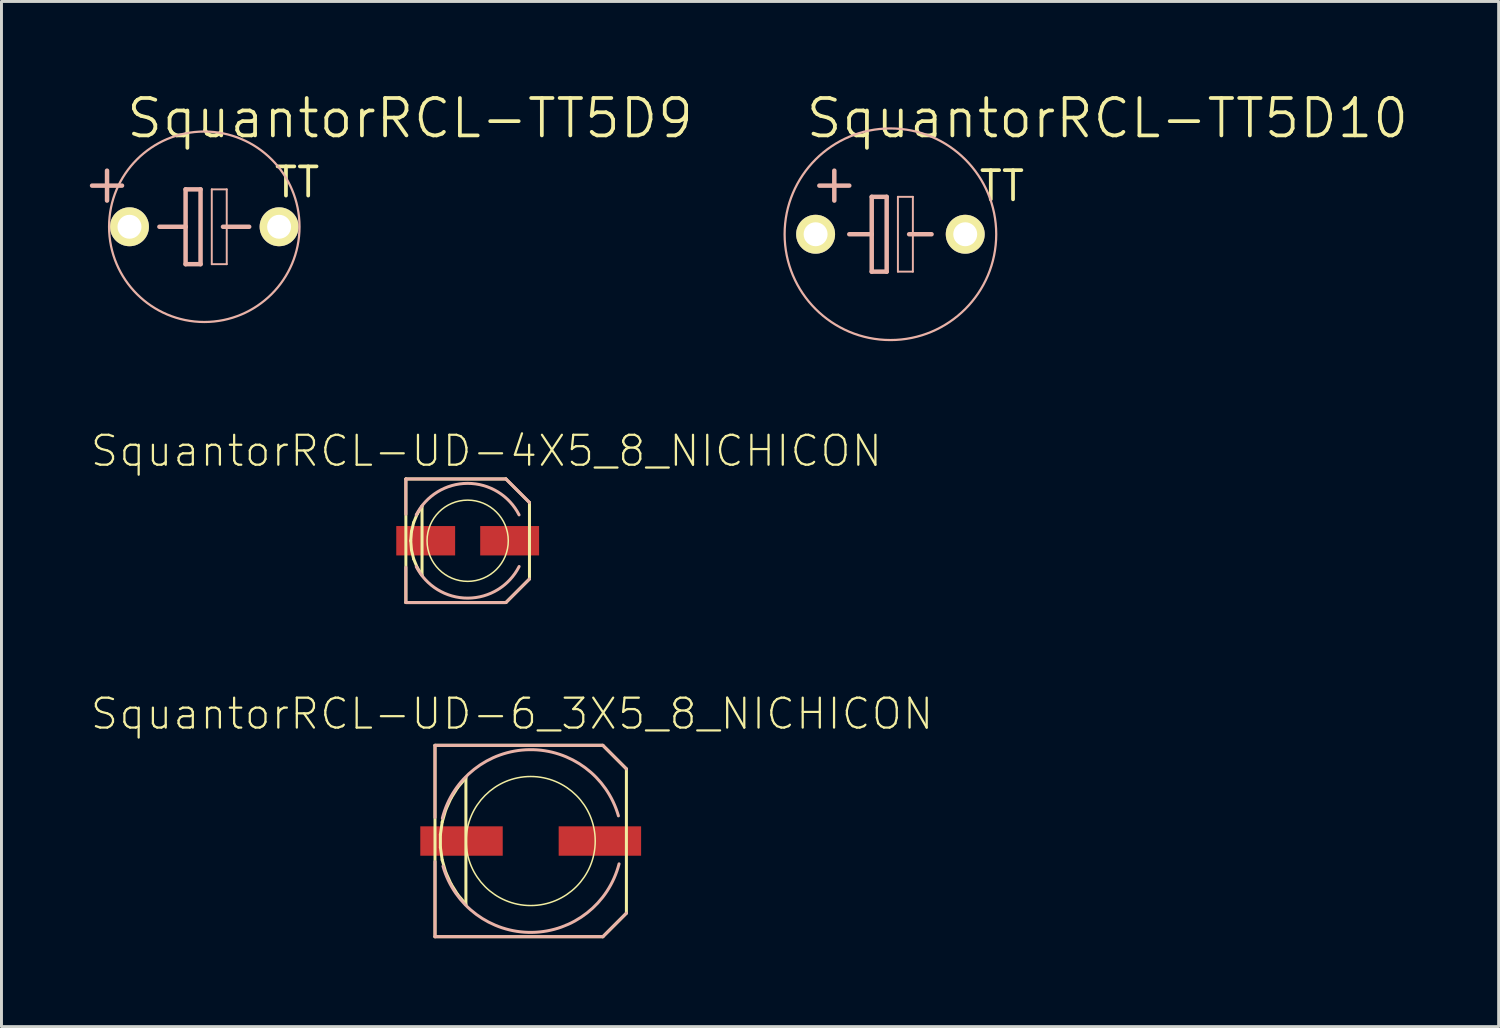
<source format=kicad_pcb>
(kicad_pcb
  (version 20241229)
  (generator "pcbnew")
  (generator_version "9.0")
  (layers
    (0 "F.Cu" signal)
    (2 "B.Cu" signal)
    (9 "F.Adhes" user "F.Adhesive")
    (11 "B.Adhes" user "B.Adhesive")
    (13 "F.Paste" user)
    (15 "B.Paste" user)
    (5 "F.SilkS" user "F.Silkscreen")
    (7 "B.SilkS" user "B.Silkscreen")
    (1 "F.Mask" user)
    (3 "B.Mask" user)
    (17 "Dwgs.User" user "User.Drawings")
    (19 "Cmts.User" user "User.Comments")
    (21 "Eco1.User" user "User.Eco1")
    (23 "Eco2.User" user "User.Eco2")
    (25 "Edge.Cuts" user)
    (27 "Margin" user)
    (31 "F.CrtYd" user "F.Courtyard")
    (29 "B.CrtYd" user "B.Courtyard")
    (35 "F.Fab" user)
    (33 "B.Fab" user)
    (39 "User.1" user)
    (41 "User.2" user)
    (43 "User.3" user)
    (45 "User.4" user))
  (footprint "SquantorRCL-TT5D9"
    (layer "F.Cu")
    (at 3.886 4.649)
    (property "Reference" "SquantorRCL-TT5D9" (at 6.985 -3.683 0) (layer "F.SilkS") (effects (font (size 1.27 1.27) (thickness 0.127))))
    (attr exclude_from_pos_files exclude_from_bom)
    (fp_line (start -3.302 -1.905) (end -3.302 -0.889) (stroke (width 0.152) (type solid)) (layer "B.SilkS"))
    (fp_line (start -2.794 -1.397) (end -3.81 -1.397) (stroke (width 0.152) (type solid)) (layer "B.SilkS"))
    (fp_line (start -1.524 0) (end -0.635 0) (stroke (width 0.152) (type solid)) (layer "B.SilkS"))
    (fp_line (start -0.635 -1.27) (end -0.635 0) (stroke (width 0.152) (type solid)) (layer "B.SilkS"))
    (fp_line (start -0.635 0) (end -0.635 1.27) (stroke (width 0.152) (type solid)) (layer "B.SilkS"))
    (fp_line (start -0.635 1.27) (end -0.127 1.27) (stroke (width 0.152) (type solid)) (layer "B.SilkS"))
    (fp_line (start -0.127 -1.27) (end -0.635 -1.27) (stroke (width 0.152) (type solid)) (layer "B.SilkS"))
    (fp_line (start -0.127 1.27) (end -0.127 -1.27) (stroke (width 0.152) (type solid)) (layer "B.SilkS"))
    (fp_line (start 0.254 -1.27) (end 0.762 -1.27) (stroke (width 0.066) (type solid)) (layer "B.SilkS"))
    (fp_line (start 0.254 1.27) (end 0.254 -1.27) (stroke (width 0.066) (type solid)) (layer "B.SilkS"))
    (fp_line (start 0.254 1.27) (end 0.762 1.27) (stroke (width 0.066) (type solid)) (layer "B.SilkS"))
    (fp_line (start 0.635 0) (end 1.524 0) (stroke (width 0.152) (type solid)) (layer "B.SilkS"))
    (fp_line (start 0.762 1.27) (end 0.762 -1.27) (stroke (width 0.066) (type solid)) (layer "B.SilkS"))
    (fp_circle (center 0 0) (end -2.286 2.286) (stroke (width 0.076) (type solid)) (fill no) (layer "B.SilkS"))
    (fp_text user "TT" (at 3.15 -1.511 0) (layer "F.SilkS") (effects (font (size 0.991 0.991) (thickness 0.127))))
    (pad "+" thru_hole circle (at -2.54 0) (size 1.321 1.321) (drill 0.813) (layers "*.Cu" "F.Mask" "F.SilkS" "F.Paste"))
    (pad "-" thru_hole circle (at 2.54 0) (size 1.321 1.321) (drill 0.813) (layers "*.Cu" "F.Mask" "F.SilkS" "F.Paste")))
  (footprint "SquantorRCL-UD-4X5_8_NICHICON"
    (layer "F.Cu")
    (at 12.828 15.309)
    (property "Reference" "SquantorRCL-UD-4X5_8_NICHICON" (at 0.635 -3.048 0) (layer "F.SilkS") (effects (font (size 1.016 1.016) (thickness 0.076))))
    (attr smd)
    (fp_line (start -2.098 -2.098) (end 1.298 -2.098) (stroke (width 0.102) (type solid)) (layer "F.SilkS"))
    (fp_line (start -2.098 2.098) (end -2.098 -2.098) (stroke (width 0.102) (type solid)) (layer "F.SilkS"))
    (fp_line (start -1.933 0) (end -1.908 0.312) (stroke (width 0.102) (type solid)) (layer "F.SilkS"))
    (fp_line (start -1.908 -0.312) (end -1.933 0) (stroke (width 0.102) (type solid)) (layer "F.SilkS"))
    (fp_line (start -1.908 0.312) (end -1.834 0.617) (stroke (width 0.102) (type solid)) (layer "F.SilkS"))
    (fp_line (start -1.834 -0.617) (end -1.908 -0.312) (stroke (width 0.102) (type solid)) (layer "F.SilkS"))
    (fp_line (start -1.834 0.617) (end -1.714 0.907) (stroke (width 0.102) (type solid)) (layer "F.SilkS"))
    (fp_line (start -1.714 -0.907) (end -1.834 -0.617) (stroke (width 0.102) (type solid)) (layer "F.SilkS"))
    (fp_line (start -1.714 0.907) (end -1.549 1.173) (stroke (width 0.102) (type solid)) (layer "F.SilkS"))
    (fp_line (start -1.549 -1.173) (end -1.714 -0.907) (stroke (width 0.102) (type solid)) (layer "F.SilkS"))
    (fp_line (start -1.549 1.173) (end -1.549 -1.173) (stroke (width 0.102) (type solid)) (layer "F.SilkS"))
    (fp_line (start 1.298 -2.098) (end 2.098 -1.298) (stroke (width 0.102) (type solid)) (layer "F.SilkS"))
    (fp_line (start 1.298 2.098) (end -2.098 2.098) (stroke (width 0.102) (type solid)) (layer "F.SilkS"))
    (fp_line (start 2.098 -1.298) (end 2.098 1.298) (stroke (width 0.102) (type solid)) (layer "F.SilkS"))
    (fp_line (start 2.098 1.298) (end 1.298 2.098) (stroke (width 0.102) (type solid)) (layer "F.SilkS"))
    (fp_circle (center 0 0) (end -0.975 0.975) (stroke (width 0.051) (type solid)) (fill no) (layer "F.SilkS"))
    (fp_line (start -2.098 -2.098) (end 1.298 -2.098) (stroke (width 0.102) (type solid)) (layer "B.SilkS"))
    (fp_line (start -2.098 -0.899) (end -2.098 -2.098) (stroke (width 0.102) (type solid)) (layer "B.SilkS"))
    (fp_line (start -2.098 2.098) (end -2.098 0.899) (stroke (width 0.102) (type solid)) (layer "B.SilkS"))
    (fp_line (start 1.298 -2.098) (end 2.098 -1.298) (stroke (width 0.102) (type solid)) (layer "B.SilkS"))
    (fp_line (start 1.298 2.098) (end -2.098 2.098) (stroke (width 0.102) (type solid)) (layer "B.SilkS"))
    (fp_line (start 2.098 1.298) (end 1.298 2.098) (stroke (width 0.102) (type solid)) (layer "B.SilkS"))
    (fp_arc (start -1.74752 -0.87376) (mid -0.002361 -1.94819) (end 1.745384 -0.877971) (stroke (width 0.1016) (type solid)) (layer "B.SilkS"))
    (fp_arc (start 1.74752 0.87376) (mid 0.002361 1.94819) (end -1.745384 0.877971) (stroke (width 0.1016) (type solid)) (layer "B.SilkS"))
    (pad "+" smd rect (at 1.425 0) (size 1.999 0.998) (layers "F.Cu" "F.Mask" "F.Paste"))
    (pad "-" smd rect (at -1.425 0) (size 1.999 0.998) (layers "F.Cu" "F.Mask" "F.Paste")))
  (footprint "SquantorRCL-UD-6_3X5_8_NICHICON"
    (layer "F.Cu")
    (at 14.968 25.504)
    (property "Reference" "SquantorRCL-UD-6_3X5_8_NICHICON" (at -0.635 -4.318 0) (layer "F.SilkS") (effects (font (size 1.016 1.016) (thickness 0.076))))
    (attr smd)
    (fp_line (start -3.249 -3.249) (end 2.449 -3.249) (stroke (width 0.102) (type solid)) (layer "F.SilkS"))
    (fp_line (start -3.249 3.249) (end -3.249 -3.249) (stroke (width 0.102) (type solid)) (layer "F.SilkS"))
    (fp_line (start -3.066 -0.216) (end -3.066 0.216) (stroke (width 0.102) (type solid)) (layer "F.SilkS"))
    (fp_line (start -3.066 0.216) (end -3.005 0.643) (stroke (width 0.102) (type solid)) (layer "F.SilkS"))
    (fp_line (start -3.005 -0.643) (end -3.066 -0.216) (stroke (width 0.102) (type solid)) (layer "F.SilkS"))
    (fp_line (start -3.005 0.643) (end -2.885 1.059) (stroke (width 0.102) (type solid)) (layer "F.SilkS"))
    (fp_line (start -2.885 -1.059) (end -3.005 -0.643) (stroke (width 0.102) (type solid)) (layer "F.SilkS"))
    (fp_line (start -2.885 1.059) (end -2.708 1.453) (stroke (width 0.102) (type solid)) (layer "F.SilkS"))
    (fp_line (start -2.708 -1.453) (end -2.885 -1.059) (stroke (width 0.102) (type solid)) (layer "F.SilkS"))
    (fp_line (start -2.708 1.453) (end -2.479 1.819) (stroke (width 0.102) (type solid)) (layer "F.SilkS"))
    (fp_line (start -2.479 -1.819) (end -2.708 -1.453) (stroke (width 0.102) (type solid)) (layer "F.SilkS"))
    (fp_line (start -2.479 1.819) (end -2.2 2.149) (stroke (width 0.102) (type solid)) (layer "F.SilkS"))
    (fp_line (start -2.2 -2.149) (end -2.479 -1.819) (stroke (width 0.102) (type solid)) (layer "F.SilkS"))
    (fp_line (start -2.2 2.149) (end -2.2 -2.149) (stroke (width 0.102) (type solid)) (layer "F.SilkS"))
    (fp_line (start 2.449 -3.249) (end 3.249 -2.449) (stroke (width 0.102) (type solid)) (layer "F.SilkS"))
    (fp_line (start 2.449 3.249) (end -3.249 3.249) (stroke (width 0.102) (type solid)) (layer "F.SilkS"))
    (fp_line (start 3.249 -2.449) (end 3.249 2.449) (stroke (width 0.102) (type solid)) (layer "F.SilkS"))
    (fp_line (start 3.249 2.449) (end 2.449 3.249) (stroke (width 0.102) (type solid)) (layer "F.SilkS"))
    (fp_circle (center 0 0) (end -1.549 1.549) (stroke (width 0.051) (type solid)) (fill no) (layer "F.SilkS"))
    (fp_line (start -3.249 -3.249) (end 2.449 -3.249) (stroke (width 0.102) (type solid)) (layer "B.SilkS"))
    (fp_line (start -3.249 -0.798) (end -3.249 -3.249) (stroke (width 0.102) (type solid)) (layer "B.SilkS"))
    (fp_line (start -3.249 3.249) (end -3.249 0.699) (stroke (width 0.102) (type solid)) (layer "B.SilkS"))
    (fp_line (start 2.449 -3.249) (end 3.249 -2.449) (stroke (width 0.102) (type solid)) (layer "B.SilkS"))
    (fp_line (start 2.449 3.249) (end -3.249 3.249) (stroke (width 0.102) (type solid)) (layer "B.SilkS"))
    (fp_line (start 3.249 2.449) (end 2.449 3.249) (stroke (width 0.102) (type solid)) (layer "B.SilkS"))
    (fp_arc (start -2.99974 -0.7747) (mid -0.041101 -3.101702) (end 2.978257 -0.854045) (stroke (width 0.1016) (type solid)) (layer "B.SilkS"))
    (fp_arc (start 2.99974 0.7747) (mid 0.041101 3.101702) (end -2.978257 0.854045) (stroke (width 0.1016) (type solid)) (layer "B.SilkS"))
    (pad "+" smd rect (at 2.349 0) (size 2.799 0.998) (layers "F.Cu" "F.Mask" "F.Paste"))
    (pad "-" smd rect (at -2.349 0) (size 2.799 0.998) (layers "F.Cu" "F.Mask" "F.Paste")))
  (footprint "SquantorRCL-TT5D10"
    (layer "F.Cu")
    (at 27.181 4.903)
    (property "Reference" "SquantorRCL-TT5D10" (at 7.366 -3.937 0) (layer "F.SilkS") (effects (font (size 1.27 1.27) (thickness 0.127))))
    (attr exclude_from_pos_files exclude_from_bom)
    (fp_line (start -2.413 -1.651) (end -1.397 -1.651) (stroke (width 0.152) (type solid)) (layer "B.SilkS"))
    (fp_line (start -1.905 -1.143) (end -1.905 -2.159) (stroke (width 0.152) (type solid)) (layer "B.SilkS"))
    (fp_line (start -1.397 0) (end -0.635 0) (stroke (width 0.152) (type solid)) (layer "B.SilkS"))
    (fp_line (start -0.635 -1.27) (end -0.635 0) (stroke (width 0.152) (type solid)) (layer "B.SilkS"))
    (fp_line (start -0.635 0) (end -0.635 1.27) (stroke (width 0.152) (type solid)) (layer "B.SilkS"))
    (fp_line (start -0.635 1.27) (end -0.127 1.27) (stroke (width 0.152) (type solid)) (layer "B.SilkS"))
    (fp_line (start -0.127 -1.27) (end -0.635 -1.27) (stroke (width 0.152) (type solid)) (layer "B.SilkS"))
    (fp_line (start -0.127 1.27) (end -0.127 -1.27) (stroke (width 0.152) (type solid)) (layer "B.SilkS"))
    (fp_line (start 0.254 -1.27) (end 0.762 -1.27) (stroke (width 0.066) (type solid)) (layer "B.SilkS"))
    (fp_line (start 0.254 1.27) (end 0.254 -1.27) (stroke (width 0.066) (type solid)) (layer "B.SilkS"))
    (fp_line (start 0.254 1.27) (end 0.762 1.27) (stroke (width 0.066) (type solid)) (layer "B.SilkS"))
    (fp_line (start 0.635 0) (end 1.397 0) (stroke (width 0.152) (type solid)) (layer "B.SilkS"))
    (fp_line (start 0.762 1.27) (end 0.762 -1.27) (stroke (width 0.066) (type solid)) (layer "B.SilkS"))
    (fp_circle (center 0 0) (end -2.54 2.54) (stroke (width 0.076) (type solid)) (fill no) (layer "B.SilkS"))
    (fp_text user "TT" (at 3.785 -1.638 0) (layer "F.SilkS") (effects (font (size 0.991 0.991) (thickness 0.127))))
    (pad "+" thru_hole circle (at -2.54 0) (size 1.321 1.321) (drill 0.813) (layers "*.Cu" "F.Mask" "F.SilkS" "F.Paste"))
    (pad "-" thru_hole circle (at 2.54 0) (size 1.321 1.321) (drill 0.813) (layers "*.Cu" "F.Mask" "F.SilkS" "F.Paste")))
  (gr_rect
    (start -3 -3)
    (end 47.831 31.804)
    (stroke (width 0.1) (type default))
    (fill no)
    (layer "Edge.Cuts")))
</source>
